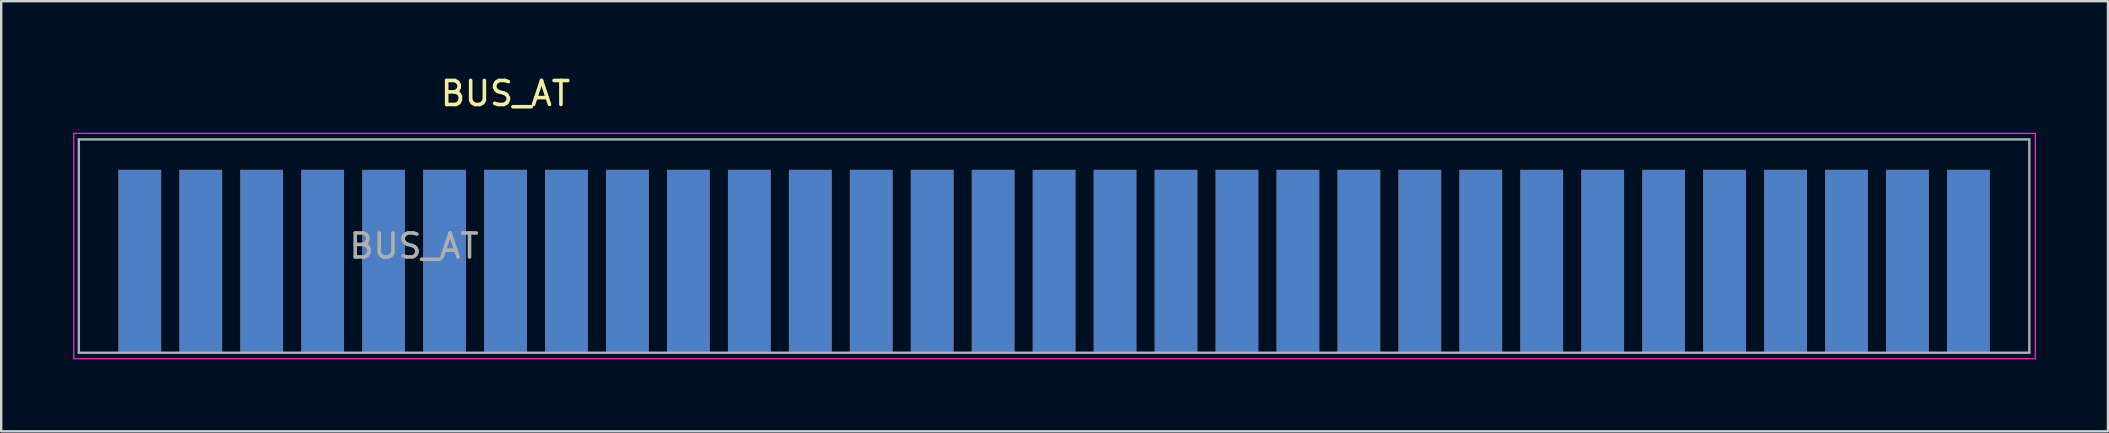
<source format=kicad_pcb>
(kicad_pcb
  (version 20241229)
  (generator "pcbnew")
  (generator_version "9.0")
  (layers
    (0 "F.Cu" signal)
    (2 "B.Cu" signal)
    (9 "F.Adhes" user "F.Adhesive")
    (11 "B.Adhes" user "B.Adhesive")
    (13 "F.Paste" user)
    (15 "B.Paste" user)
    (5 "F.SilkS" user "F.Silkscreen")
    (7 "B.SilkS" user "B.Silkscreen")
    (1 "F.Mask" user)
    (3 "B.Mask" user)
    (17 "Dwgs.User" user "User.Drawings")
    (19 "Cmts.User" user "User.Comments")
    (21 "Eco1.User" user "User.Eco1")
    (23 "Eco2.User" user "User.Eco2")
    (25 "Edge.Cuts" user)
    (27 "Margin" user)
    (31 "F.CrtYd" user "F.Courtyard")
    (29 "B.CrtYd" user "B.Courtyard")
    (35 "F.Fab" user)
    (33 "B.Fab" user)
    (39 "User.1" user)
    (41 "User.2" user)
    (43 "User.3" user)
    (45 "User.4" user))
  (footprint "BUS_AT"
    (layer "F.Cu")
    (at 78.975 7.838)
    (property "Reference" "BUS_AT" (at -60.96 -6.99 0) (layer "F.SilkS") (effects (font (size 1 1) (thickness 0.15))))
    (attr exclude_from_pos_files exclude_from_bom)
    (fp_line (start -78.95 -5.33) (end -78.95 4.06) (stroke (width 0.05) (type default)) (layer "F.CrtYd"))
    (fp_line (start -78.95 -5.33) (end 2.79 -5.33) (stroke (width 0.05) (type solid)) (layer "F.CrtYd"))
    (fp_line (start 2.79 4.06) (end -78.95 4.06) (stroke (width 0.05) (type solid)) (layer "F.CrtYd"))
    (fp_line (start 2.79 4.06) (end 2.79 -5.33) (stroke (width 0.05) (type solid)) (layer "F.CrtYd"))
    (fp_line (start -78.74 -5.08) (end 2.54 -5.08) (stroke (width 0.1) (type solid)) (layer "F.Fab"))
    (fp_line (start -78.74 3.81) (end -78.74 -5.08) (stroke (width 0.1) (type solid)) (layer "F.Fab"))
    (fp_line (start 2.54 -5.08) (end 2.54 3.81) (stroke (width 0.1) (type solid)) (layer "F.Fab"))
    (fp_line (start 2.54 3.81) (end -78.74 3.81) (stroke (width 0.1) (type solid)) (layer "F.Fab"))
    (fp_text user "${REFERENCE}" (at -64.77 -0.635 0) (layer "F.Fab") (effects (font (size 1 1) (thickness 0.15))))
    (pad "1" connect rect (at 0 0) (size 1.78 7.62) (layers "B.Cu" "B.Mask"))
    (pad "2" connect rect (at -2.54 0) (size 1.78 7.62) (layers "B.Cu" "B.Mask"))
    (pad "3" connect rect (at -5.08 0) (size 1.78 7.62) (layers "B.Cu" "B.Mask"))
    (pad "4" connect rect (at -7.62 0) (size 1.78 7.62) (layers "B.Cu" "B.Mask"))
    (pad "5" connect rect (at -10.16 0) (size 1.78 7.62) (layers "B.Cu" "B.Mask"))
    (pad "6" connect rect (at -12.7 0) (size 1.78 7.62) (layers "B.Cu" "B.Mask"))
    (pad "7" connect rect (at -15.24 0) (size 1.78 7.62) (layers "B.Cu" "B.Mask"))
    (pad "8" connect rect (at -17.78 0) (size 1.78 7.62) (layers "B.Cu" "B.Mask"))
    (pad "9" connect rect (at -20.32 0) (size 1.78 7.62) (layers "B.Cu" "B.Mask"))
    (pad "10" connect rect (at -22.86 0) (size 1.78 7.62) (layers "B.Cu" "B.Mask"))
    (pad "11" connect rect (at -25.4 0) (size 1.78 7.62) (layers "B.Cu" "B.Mask"))
    (pad "12" connect rect (at -27.94 0) (size 1.78 7.62) (layers "B.Cu" "B.Mask"))
    (pad "13" connect rect (at -30.48 0) (size 1.78 7.62) (layers "B.Cu" "B.Mask"))
    (pad "14" connect rect (at -33.02 0) (size 1.78 7.62) (layers "B.Cu" "B.Mask"))
    (pad "15" connect rect (at -35.56 0) (size 1.78 7.62) (layers "B.Cu" "B.Mask"))
    (pad "16" connect rect (at -38.1 0) (size 1.78 7.62) (layers "B.Cu" "B.Mask"))
    (pad "17" connect rect (at -40.64 0) (size 1.78 7.62) (layers "B.Cu" "B.Mask"))
    (pad "18" connect rect (at -43.18 0) (size 1.78 7.62) (layers "B.Cu" "B.Mask"))
    (pad "19" connect rect (at -45.72 0) (size 1.78 7.62) (layers "B.Cu" "B.Mask"))
    (pad "20" connect rect (at -48.26 0) (size 1.78 7.62) (layers "B.Cu" "B.Mask"))
    (pad "21" connect rect (at -50.8 0) (size 1.78 7.62) (layers "B.Cu" "B.Mask"))
    (pad "22" connect rect (at -53.34 0) (size 1.78 7.62) (layers "B.Cu" "B.Mask"))
    (pad "23" connect rect (at -55.88 0) (size 1.78 7.62) (layers "B.Cu" "B.Mask"))
    (pad "24" connect rect (at -58.42 0) (size 1.78 7.62) (layers "B.Cu" "B.Mask"))
    (pad "25" connect rect (at -60.96 0) (size 1.78 7.62) (layers "B.Cu" "B.Mask"))
    (pad "26" connect rect (at -63.5 0) (size 1.78 7.62) (layers "B.Cu" "B.Mask"))
    (pad "27" connect rect (at -66.04 0) (size 1.78 7.62) (layers "B.Cu" "B.Mask"))
    (pad "28" connect rect (at -68.58 0) (size 1.78 7.62) (layers "B.Cu" "B.Mask"))
    (pad "29" connect rect (at -71.12 0) (size 1.78 7.62) (layers "B.Cu" "B.Mask"))
    (pad "30" connect rect (at -73.66 0) (size 1.78 7.62) (layers "B.Cu" "B.Mask"))
    (pad "31" connect rect (at -76.2 0) (size 1.78 7.62) (layers "B.Cu" "B.Mask"))
    (pad "32" connect rect (at 0 0) (size 1.78 7.62) (layers "F.Cu" "F.Mask"))
    (pad "33" connect rect (at -2.54 0) (size 1.78 7.62) (layers "F.Cu" "F.Mask"))
    (pad "34" connect rect (at -5.08 0) (size 1.78 7.62) (layers "F.Cu" "F.Mask"))
    (pad "35" connect rect (at -7.62 0) (size 1.78 7.62) (layers "F.Cu" "F.Mask"))
    (pad "36" connect rect (at -10.16 0) (size 1.78 7.62) (layers "F.Cu" "F.Mask"))
    (pad "37" connect rect (at -12.7 0) (size 1.78 7.62) (layers "F.Cu" "F.Mask"))
    (pad "38" connect rect (at -15.24 0) (size 1.78 7.62) (layers "F.Cu" "F.Mask"))
    (pad "39" connect rect (at -17.78 0) (size 1.78 7.62) (layers "F.Cu" "F.Mask"))
    (pad "40" connect rect (at -20.32 0) (size 1.78 7.62) (layers "F.Cu" "F.Mask"))
    (pad "41" connect rect (at -22.86 0) (size 1.78 7.62) (layers "F.Cu" "F.Mask"))
    (pad "42" connect rect (at -25.4 0) (size 1.78 7.62) (layers "F.Cu" "F.Mask"))
    (pad "43" connect rect (at -27.94 0) (size 1.78 7.62) (layers "F.Cu" "F.Mask"))
    (pad "44" connect rect (at -30.48 0) (size 1.78 7.62) (layers "F.Cu" "F.Mask"))
    (pad "45" connect rect (at -33.02 0) (size 1.78 7.62) (layers "F.Cu" "F.Mask"))
    (pad "46" connect rect (at -35.56 0) (size 1.78 7.62) (layers "F.Cu" "F.Mask"))
    (pad "47" connect rect (at -38.1 0) (size 1.78 7.62) (layers "F.Cu" "F.Mask"))
    (pad "48" connect rect (at -40.64 0) (size 1.78 7.62) (layers "F.Cu" "F.Mask"))
    (pad "49" connect rect (at -43.18 0) (size 1.78 7.62) (layers "F.Cu" "F.Mask"))
    (pad "50" connect rect (at -45.72 0) (size 1.78 7.62) (layers "F.Cu" "F.Mask"))
    (pad "51" connect rect (at -48.26 0) (size 1.78 7.62) (layers "F.Cu" "F.Mask"))
    (pad "52" connect rect (at -50.8 0) (size 1.78 7.62) (layers "F.Cu" "F.Mask"))
    (pad "53" connect rect (at -53.34 0) (size 1.78 7.62) (layers "F.Cu" "F.Mask"))
    (pad "54" connect rect (at -55.88 0) (size 1.78 7.62) (layers "F.Cu" "F.Mask"))
    (pad "55" connect rect (at -58.42 0) (size 1.78 7.62) (layers "F.Cu" "F.Mask"))
    (pad "56" connect rect (at -60.96 0) (size 1.78 7.62) (layers "F.Cu" "F.Mask"))
    (pad "57" connect rect (at -63.5 0) (size 1.78 7.62) (layers "F.Cu" "F.Mask"))
    (pad "58" connect rect (at -66.04 0) (size 1.78 7.62) (layers "F.Cu" "F.Mask"))
    (pad "59" connect rect (at -68.58 0) (size 1.78 7.62) (layers "F.Cu" "F.Mask"))
    (pad "60" connect rect (at -71.12 0) (size 1.78 7.62) (layers "F.Cu" "F.Mask"))
    (pad "61" connect rect (at -73.66 0) (size 1.78 7.62) (layers "F.Cu" "F.Mask"))
    (pad "62" connect rect (at -76.2 0) (size 1.78 7.62) (layers "F.Cu" "F.Mask")))
  (gr_rect
    (start -3 -3)
    (end 84.79 14.923)
    (stroke (width 0.1) (type default))
    (fill no)
    (layer "Edge.Cuts")))
</source>
